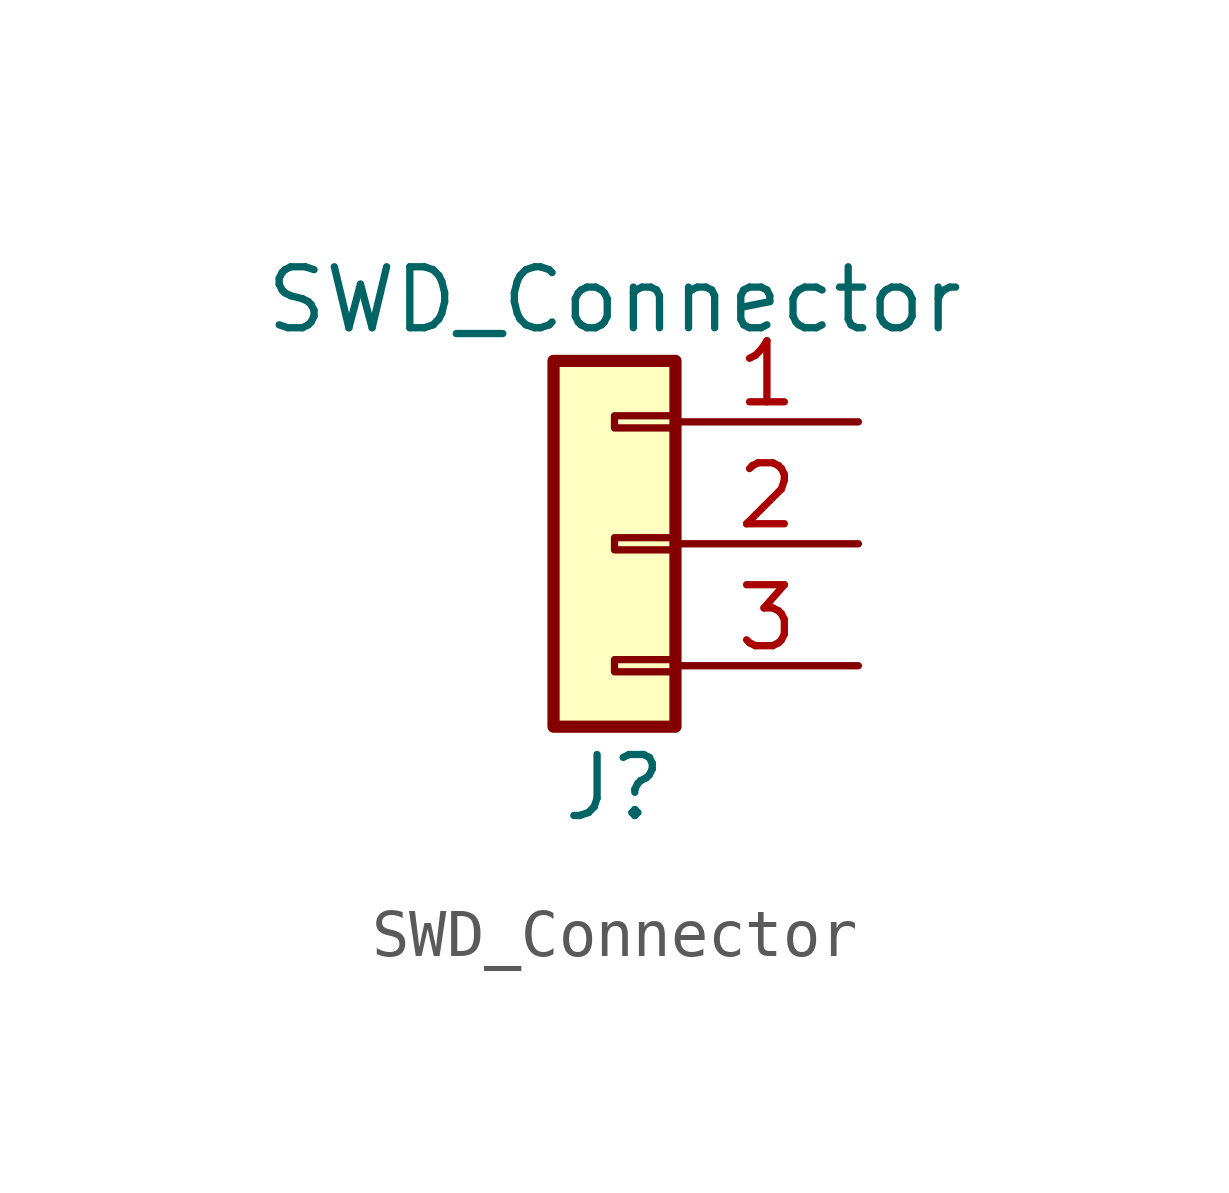
<source format=kicad_sym>
(kicad_symbol_lib
  (version 20211014)
  (generator kicad_symbol_editor)
  (symbol "SWD_Connector"
    (pin_names
      (offset 1.016) hide)
    (property "Reference" "J"
      (at 0 -5.08 0)
      (effects (font (size 1.27 1.27))))
    (property "Value" "SWD_Connector"
      (at 0 5.08 0)
      (effects (font (size 1.27 1.27))))
    (symbol "SWD_Connector_1_1"
      (rectangle (start 1.27 -3.81) (end -1.27 3.81) (stroke (width 0.254) (type default) (color 0 0 0 0)) (fill (type background)))
      (rectangle (start 1.27 -2.667) (end 0 -2.413) (stroke (width 0.152) (type default) (color 0 0 0 0)) (fill (type none)))
      (rectangle (start 1.27 -0.127) (end 0 0.127) (stroke (width 0.152) (type default) (color 0 0 0 0)) (fill (type none)))
      (rectangle (start 1.27 2.413) (end 0 2.667) (stroke (width 0.152) (type default) (color 0 0 0 0)) (fill (type none)))
      (pin input line (at 5.08 2.54 180) (length 3.81) (name "SWCLK" (effects (font (size 1.27 1.27)))) (number "1" (effects (font (size 1.27 1.27)))))
      (pin power_out line (at 5.08 0 180) (length 3.81) (name "GND" (effects (font (size 1.27 1.27)))) (number "2" (effects (font (size 1.27 1.27)))))
      (pin bidirectional line (at 5.08 -2.54 180) (length 3.81) (name "SWDIO" (effects (font (size 1.27 1.27)))) (number "3" (effects (font (size 1.27 1.27))))))))
</source>
